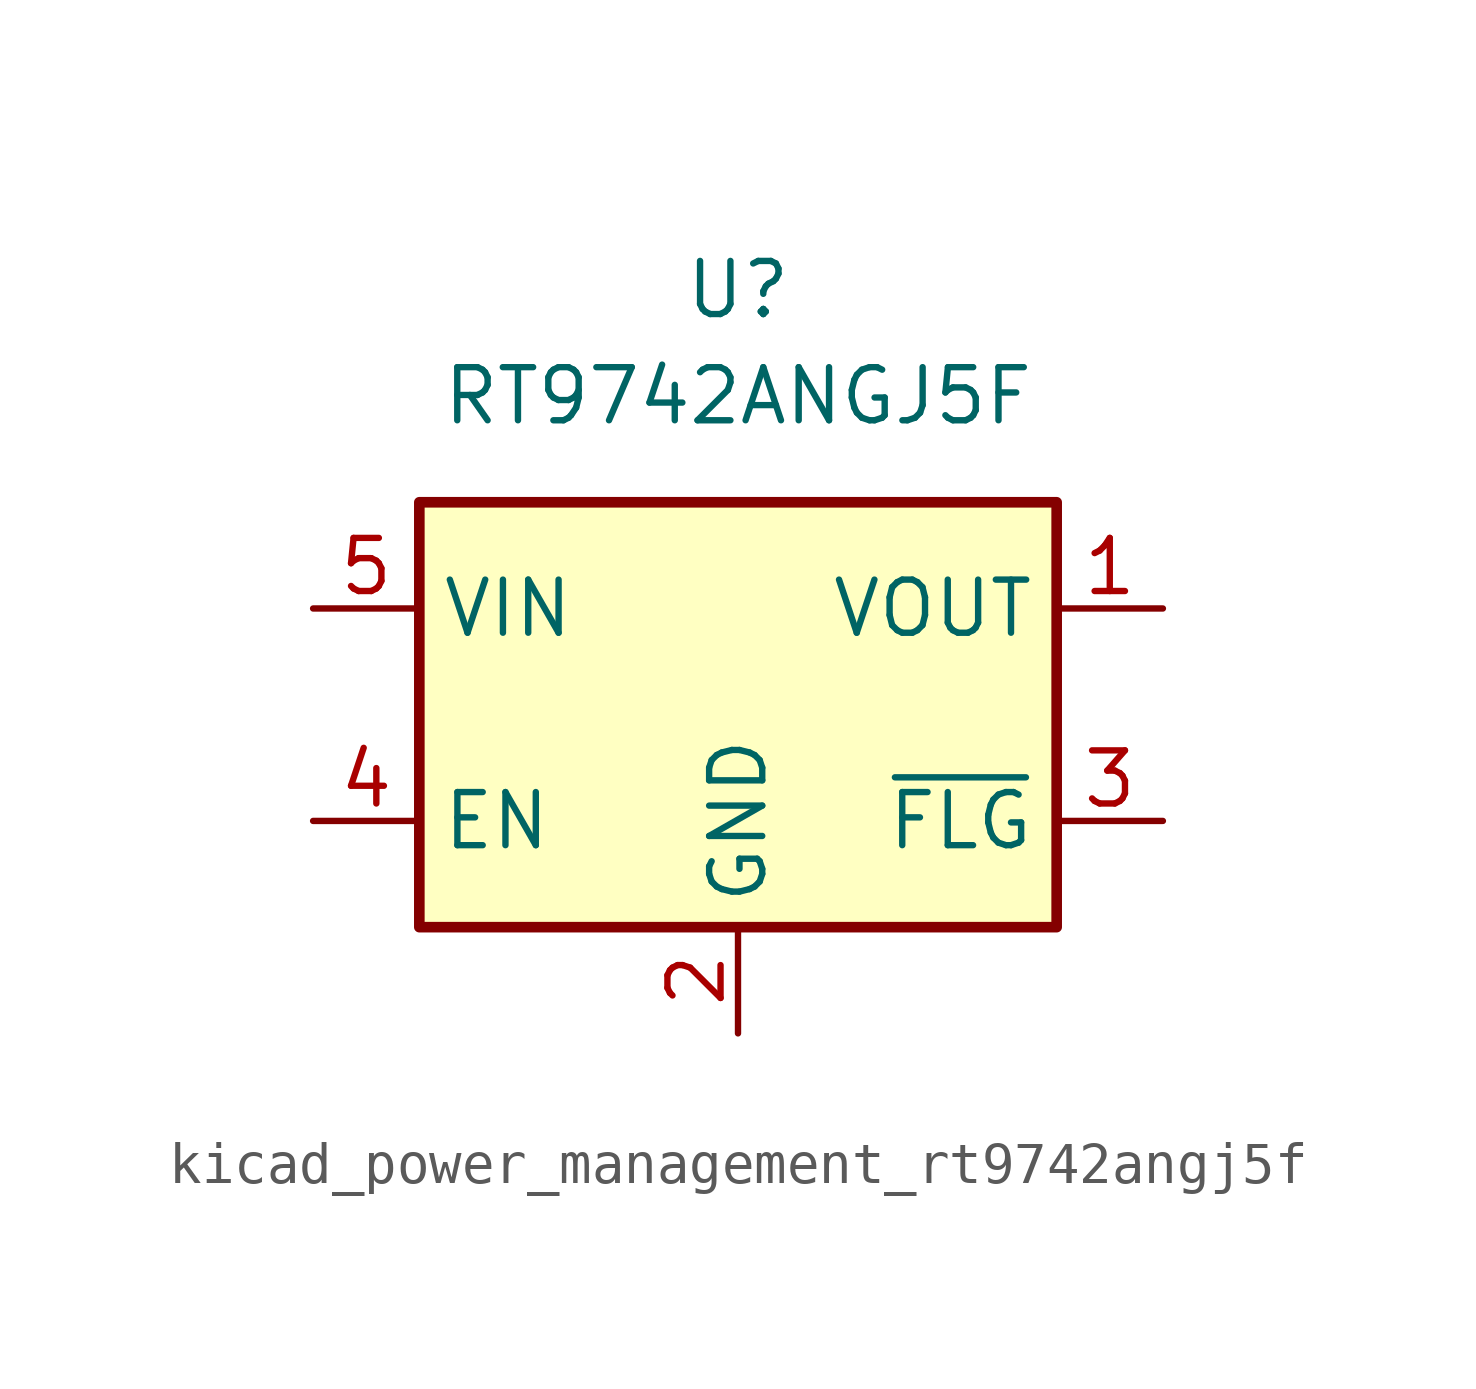
<source format=kicad_sym>
(kicad_symbol_lib
  (version 20220914)
  (generator kicad_symbol_editor)
  (symbol "kicad_power_management_rt9742angj5f"
    (property "Reference" "U"
      (at 0 10.16 0)
      (effects (font (size 1.27 1.27))))
    (property "Value" "RT9742ANGJ5F"
      (at 0 7.62 0)
      (effects (font (size 1.27 1.27))))
    (symbol "kicad_power_management_rt9742angj5f_0_1"
      (rectangle (start -7.62 5.08) (end 7.62 -5.08) (stroke (width 0.254) (type default)) (fill (type background))))
    (symbol "kicad_power_management_rt9742angj5f_1_1"
      (pin power_out line (at 10.16 2.54 180) (length 2.54) (name "VOUT" (effects (font (size 1.27 1.27)))) (number "1" (effects (font (size 1.27 1.27)))))
      (pin power_in line (at 0 -7.62 90) (length 2.54) (name "GND" (effects (font (size 1.27 1.27)))) (number "2" (effects (font (size 1.27 1.27)))))
      (pin open_collector line (at 10.16 -2.54 180) (length 2.54) (name "~{FLG}" (effects (font (size 1.27 1.27)))) (number "3" (effects (font (size 1.27 1.27)))))
      (pin input line (at -10.16 -2.54 0) (length 2.54) (name "EN" (effects (font (size 1.27 1.27)))) (number "4" (effects (font (size 1.27 1.27)))))
      (pin power_in line (at -10.16 2.54 0) (length 2.54) (name "VIN" (effects (font (size 1.27 1.27)))) (number "5" (effects (font (size 1.27 1.27))))))))
</source>
